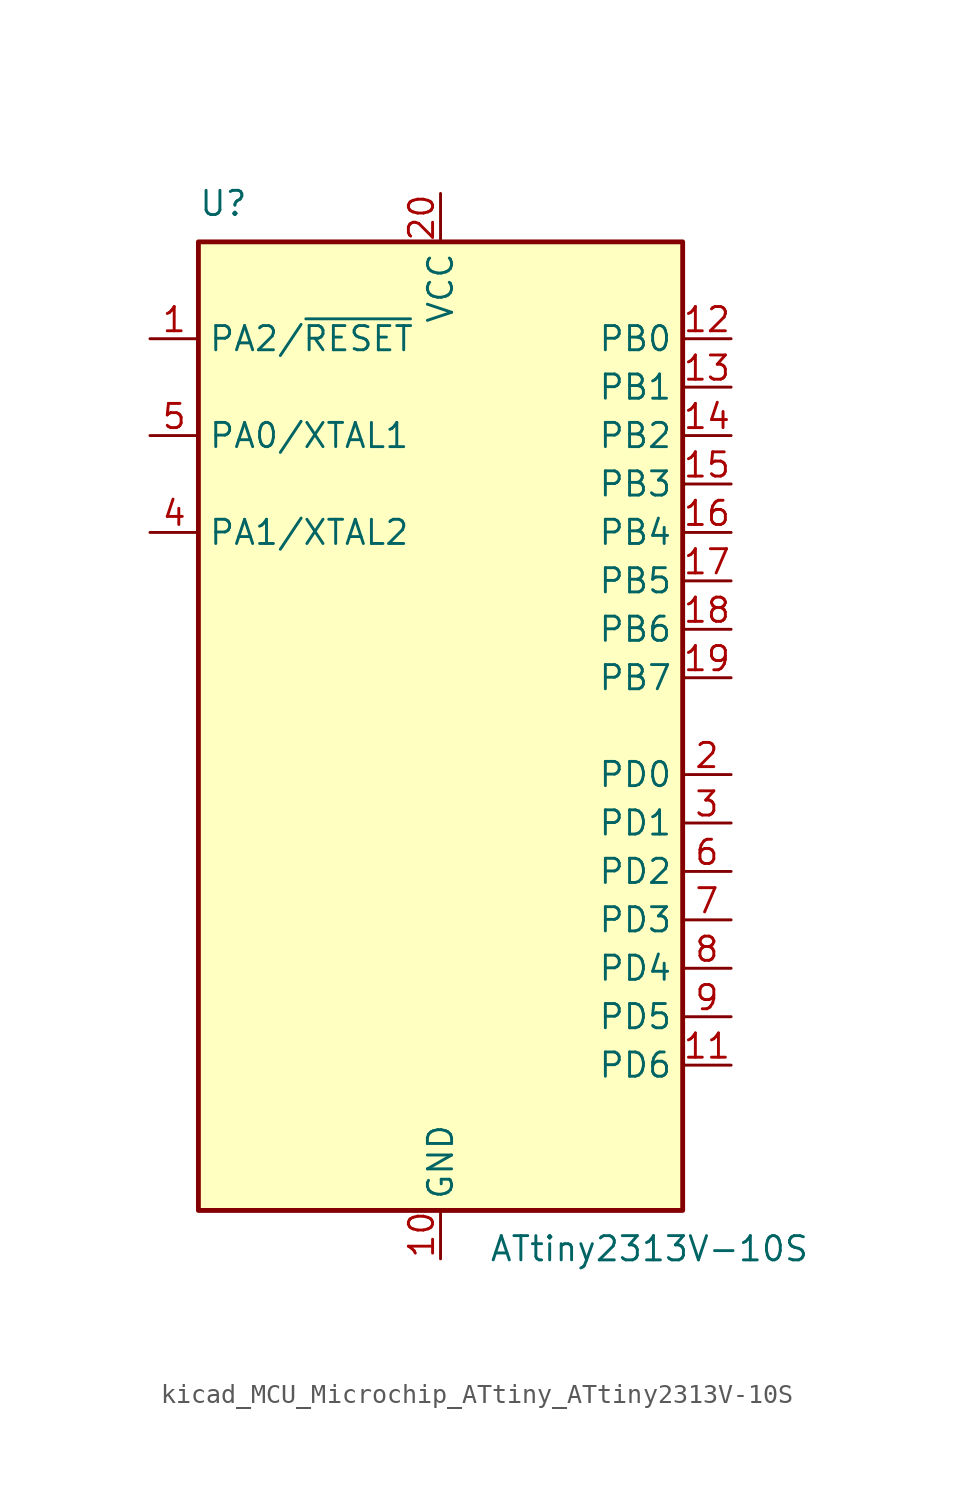
<source format=kicad_sym>
(kicad_symbol_lib
  (version 20220914)
  (generator kicad_symbol_editor)
  (symbol "kicad_MCU_Microchip_ATtiny_ATtiny2313V-10S"
    (property "Reference" "U"
      (at -12.7 26.67 0)
      (effects (font (size 1.27 1.27)) (justify left bottom)))
    (property "Value" "ATtiny2313V-10S"
      (at 2.54 -26.67 0)
      (effects (font (size 1.27 1.27)) (justify left top)))
    (symbol "kicad_MCU_Microchip_ATtiny_ATtiny2313V-10S_0_1"
      (rectangle (start -12.7 -25.4) (end 12.7 25.4) (stroke (width 0.254) (type default)) (fill (type background))))
    (symbol "kicad_MCU_Microchip_ATtiny_ATtiny2313V-10S_1_1"
      (pin bidirectional line (at -15.24 20.32 0) (length 2.54) (name "PA2/~{RESET}" (effects (font (size 1.27 1.27)))) (number "1" (effects (font (size 1.27 1.27)))))
      (pin power_in line (at 0 -27.94 90) (length 2.54) (name "GND" (effects (font (size 1.27 1.27)))) (number "10" (effects (font (size 1.27 1.27)))))
      (pin bidirectional line (at 15.24 -17.78 180) (length 2.54) (name "PD6" (effects (font (size 1.27 1.27)))) (number "11" (effects (font (size 1.27 1.27)))))
      (pin bidirectional line (at 15.24 20.32 180) (length 2.54) (name "PB0" (effects (font (size 1.27 1.27)))) (number "12" (effects (font (size 1.27 1.27)))))
      (pin bidirectional line (at 15.24 17.78 180) (length 2.54) (name "PB1" (effects (font (size 1.27 1.27)))) (number "13" (effects (font (size 1.27 1.27)))))
      (pin bidirectional line (at 15.24 15.24 180) (length 2.54) (name "PB2" (effects (font (size 1.27 1.27)))) (number "14" (effects (font (size 1.27 1.27)))))
      (pin bidirectional line (at 15.24 12.7 180) (length 2.54) (name "PB3" (effects (font (size 1.27 1.27)))) (number "15" (effects (font (size 1.27 1.27)))))
      (pin bidirectional line (at 15.24 10.16 180) (length 2.54) (name "PB4" (effects (font (size 1.27 1.27)))) (number "16" (effects (font (size 1.27 1.27)))))
      (pin bidirectional line (at 15.24 7.62 180) (length 2.54) (name "PB5" (effects (font (size 1.27 1.27)))) (number "17" (effects (font (size 1.27 1.27)))))
      (pin bidirectional line (at 15.24 5.08 180) (length 2.54) (name "PB6" (effects (font (size 1.27 1.27)))) (number "18" (effects (font (size 1.27 1.27)))))
      (pin bidirectional line (at 15.24 2.54 180) (length 2.54) (name "PB7" (effects (font (size 1.27 1.27)))) (number "19" (effects (font (size 1.27 1.27)))))
      (pin bidirectional line (at 15.24 -2.54 180) (length 2.54) (name "PD0" (effects (font (size 1.27 1.27)))) (number "2" (effects (font (size 1.27 1.27)))))
      (pin power_in line (at 0 27.94 270) (length 2.54) (name "VCC" (effects (font (size 1.27 1.27)))) (number "20" (effects (font (size 1.27 1.27)))))
      (pin bidirectional line (at 15.24 -5.08 180) (length 2.54) (name "PD1" (effects (font (size 1.27 1.27)))) (number "3" (effects (font (size 1.27 1.27)))))
      (pin bidirectional line (at -15.24 10.16 0) (length 2.54) (name "PA1/XTAL2" (effects (font (size 1.27 1.27)))) (number "4" (effects (font (size 1.27 1.27)))))
      (pin bidirectional line (at -15.24 15.24 0) (length 2.54) (name "PA0/XTAL1" (effects (font (size 1.27 1.27)))) (number "5" (effects (font (size 1.27 1.27)))))
      (pin bidirectional line (at 15.24 -7.62 180) (length 2.54) (name "PD2" (effects (font (size 1.27 1.27)))) (number "6" (effects (font (size 1.27 1.27)))))
      (pin bidirectional line (at 15.24 -10.16 180) (length 2.54) (name "PD3" (effects (font (size 1.27 1.27)))) (number "7" (effects (font (size 1.27 1.27)))))
      (pin bidirectional line (at 15.24 -12.7 180) (length 2.54) (name "PD4" (effects (font (size 1.27 1.27)))) (number "8" (effects (font (size 1.27 1.27)))))
      (pin bidirectional line (at 15.24 -15.24 180) (length 2.54) (name "PD5" (effects (font (size 1.27 1.27)))) (number "9" (effects (font (size 1.27 1.27))))))))
</source>
